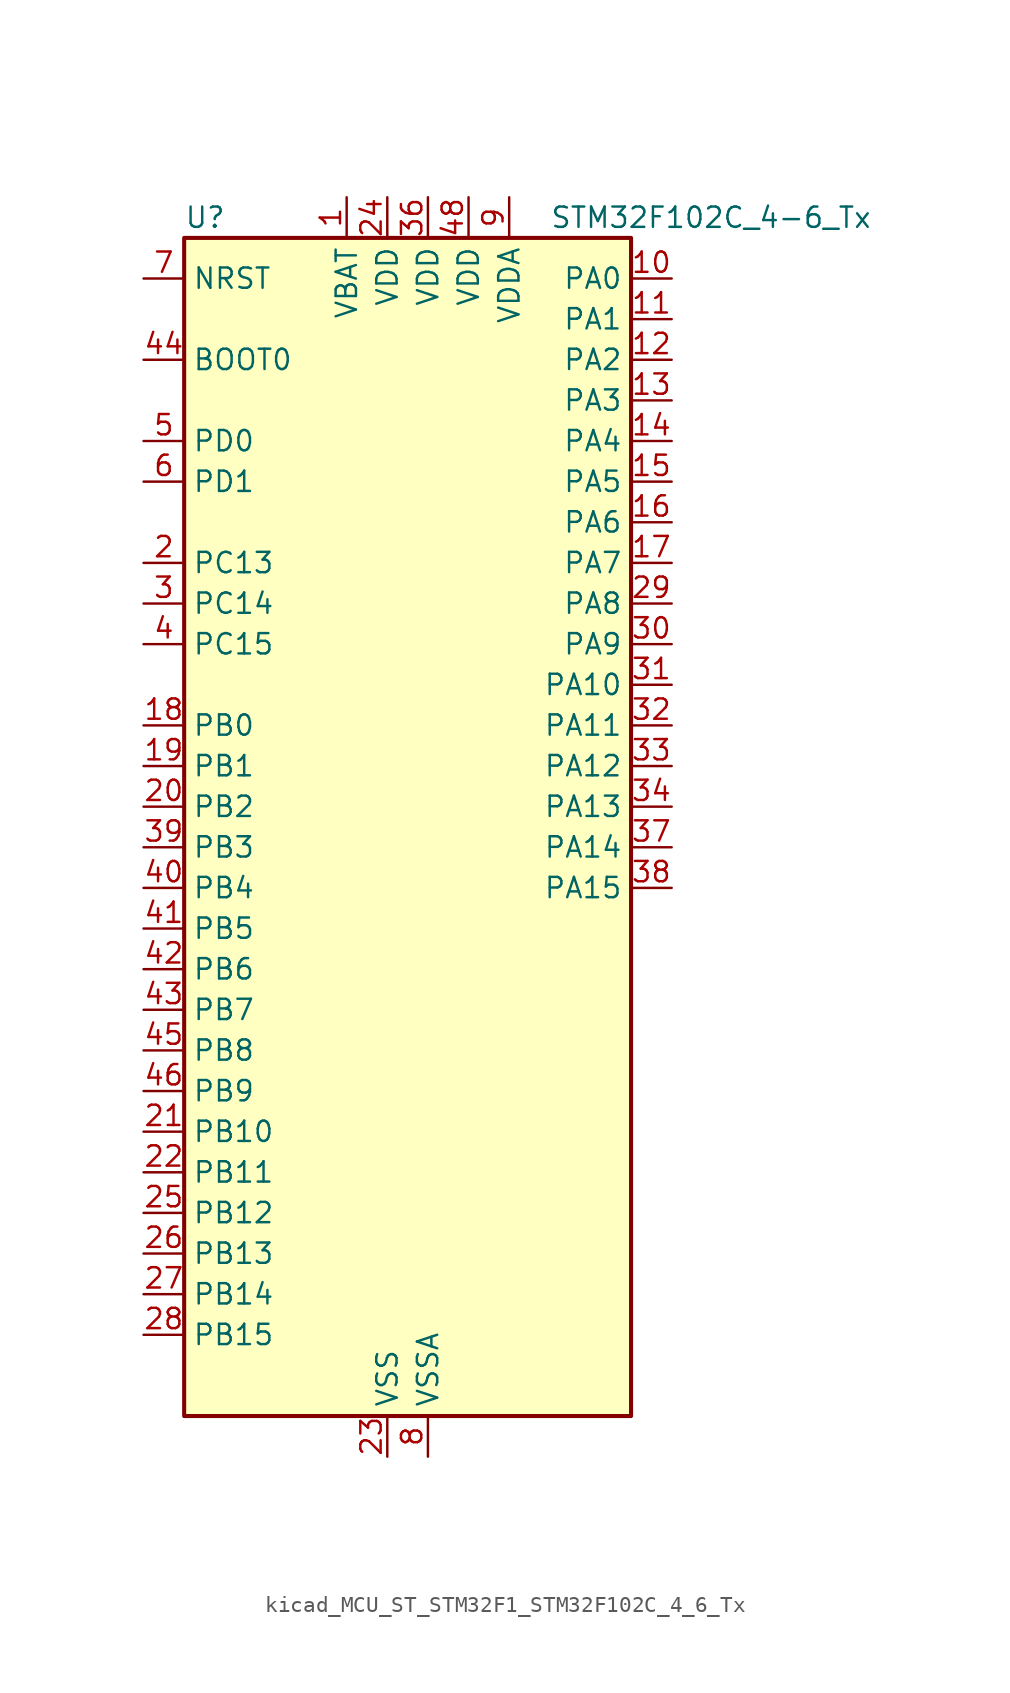
<source format=kicad_sym>
(kicad_symbol_lib
  (version 20220914)
  (generator kicad_symbol_editor)
  (symbol "kicad_MCU_ST_STM32F1_STM32F102C_4_6_Tx"
    (property "Reference" "U"
      (at -12.7 39.37 0)
      (effects (font (size 1.27 1.27)) (justify left)))
    (property "Value" "STM32F102C_4-6_Tx"
      (at 10.16 39.37 0)
      (effects (font (size 1.27 1.27)) (justify left)))
    (property "ki_locked" ""
      (at 0 0 0)
      (effects (font (size 1.27 1.27))))
    (symbol "kicad_MCU_ST_STM32F1_STM32F102C_4_6_Tx_0_1"
      (rectangle (start -12.7 -35.56) (end 15.24 38.1) (stroke (width 0.254) (type default)) (fill (type background))))
    (symbol "kicad_MCU_ST_STM32F1_STM32F102C_4_6_Tx_1_1"
      (pin power_in line (at -2.54 40.64 270) (length 2.54) (name "VBAT" (effects (font (size 1.27 1.27)))) (number "1" (effects (font (size 1.27 1.27)))))
      (pin bidirectional line (at 17.78 35.56 180) (length 2.54) (name "PA0" (effects (font (size 1.27 1.27)))) (number "10" (effects (font (size 1.27 1.27)))) (alternate "ADC1_IN0" bidirectional line) (alternate "SYS_WKUP" bidirectional line) (alternate "TIM2_CH1" bidirectional line) (alternate "TIM2_ETR" bidirectional line) (alternate "USART2_CTS" bidirectional line))
      (pin bidirectional line (at 17.78 33.02 180) (length 2.54) (name "PA1" (effects (font (size 1.27 1.27)))) (number "11" (effects (font (size 1.27 1.27)))) (alternate "ADC1_IN1" bidirectional line) (alternate "TIM2_CH2" bidirectional line) (alternate "USART2_RTS" bidirectional line))
      (pin bidirectional line (at 17.78 30.48 180) (length 2.54) (name "PA2" (effects (font (size 1.27 1.27)))) (number "12" (effects (font (size 1.27 1.27)))) (alternate "ADC1_IN2" bidirectional line) (alternate "TIM2_CH3" bidirectional line) (alternate "USART2_TX" bidirectional line))
      (pin bidirectional line (at 17.78 27.94 180) (length 2.54) (name "PA3" (effects (font (size 1.27 1.27)))) (number "13" (effects (font (size 1.27 1.27)))) (alternate "ADC1_IN3" bidirectional line) (alternate "TIM2_CH4" bidirectional line) (alternate "USART2_RX" bidirectional line))
      (pin bidirectional line (at 17.78 25.4 180) (length 2.54) (name "PA4" (effects (font (size 1.27 1.27)))) (number "14" (effects (font (size 1.27 1.27)))) (alternate "ADC1_IN4" bidirectional line) (alternate "SPI1_NSS" bidirectional line) (alternate "USART2_CK" bidirectional line))
      (pin bidirectional line (at 17.78 22.86 180) (length 2.54) (name "PA5" (effects (font (size 1.27 1.27)))) (number "15" (effects (font (size 1.27 1.27)))) (alternate "ADC1_IN5" bidirectional line) (alternate "SPI1_SCK" bidirectional line))
      (pin bidirectional line (at 17.78 20.32 180) (length 2.54) (name "PA6" (effects (font (size 1.27 1.27)))) (number "16" (effects (font (size 1.27 1.27)))) (alternate "ADC1_IN6" bidirectional line) (alternate "SPI1_MISO" bidirectional line) (alternate "TIM3_CH1" bidirectional line))
      (pin bidirectional line (at 17.78 17.78 180) (length 2.54) (name "PA7" (effects (font (size 1.27 1.27)))) (number "17" (effects (font (size 1.27 1.27)))) (alternate "ADC1_IN7" bidirectional line) (alternate "SPI1_MOSI" bidirectional line) (alternate "TIM3_CH2" bidirectional line))
      (pin bidirectional line (at -15.24 7.62 0) (length 2.54) (name "PB0" (effects (font (size 1.27 1.27)))) (number "18" (effects (font (size 1.27 1.27)))) (alternate "ADC1_IN8" bidirectional line) (alternate "TIM3_CH3" bidirectional line))
      (pin bidirectional line (at -15.24 5.08 0) (length 2.54) (name "PB1" (effects (font (size 1.27 1.27)))) (number "19" (effects (font (size 1.27 1.27)))) (alternate "ADC1_IN9" bidirectional line) (alternate "TIM3_CH4" bidirectional line))
      (pin bidirectional line (at -15.24 17.78 0) (length 2.54) (name "PC13" (effects (font (size 1.27 1.27)))) (number "2" (effects (font (size 1.27 1.27)))) (alternate "RTC_OUT" bidirectional line) (alternate "RTC_TAMPER" bidirectional line))
      (pin bidirectional line (at -15.24 2.54 0) (length 2.54) (name "PB2" (effects (font (size 1.27 1.27)))) (number "20" (effects (font (size 1.27 1.27)))))
      (pin bidirectional line (at -15.24 -17.78 0) (length 2.54) (name "PB10" (effects (font (size 1.27 1.27)))) (number "21" (effects (font (size 1.27 1.27)))) (alternate "TIM2_CH3" bidirectional line))
      (pin bidirectional line (at -15.24 -20.32 0) (length 2.54) (name "PB11" (effects (font (size 1.27 1.27)))) (number "22" (effects (font (size 1.27 1.27)))) (alternate "ADC1_EXTI11" bidirectional line) (alternate "TIM2_CH4" bidirectional line))
      (pin power_in line (at 0 -38.1 90) (length 2.54) (name "VSS" (effects (font (size 1.27 1.27)))) (number "23" (effects (font (size 1.27 1.27)))))
      (pin power_in line (at 0 40.64 270) (length 2.54) (name "VDD" (effects (font (size 1.27 1.27)))) (number "24" (effects (font (size 1.27 1.27)))))
      (pin bidirectional line (at -15.24 -22.86 0) (length 2.54) (name "PB12" (effects (font (size 1.27 1.27)))) (number "25" (effects (font (size 1.27 1.27)))))
      (pin bidirectional line (at -15.24 -25.4 0) (length 2.54) (name "PB13" (effects (font (size 1.27 1.27)))) (number "26" (effects (font (size 1.27 1.27)))))
      (pin bidirectional line (at -15.24 -27.94 0) (length 2.54) (name "PB14" (effects (font (size 1.27 1.27)))) (number "27" (effects (font (size 1.27 1.27)))))
      (pin bidirectional line (at -15.24 -30.48 0) (length 2.54) (name "PB15" (effects (font (size 1.27 1.27)))) (number "28" (effects (font (size 1.27 1.27)))) (alternate "ADC1_EXTI15" bidirectional line))
      (pin bidirectional line (at 17.78 15.24 180) (length 2.54) (name "PA8" (effects (font (size 1.27 1.27)))) (number "29" (effects (font (size 1.27 1.27)))) (alternate "RCC_MCO" bidirectional line) (alternate "USART1_CK" bidirectional line))
      (pin bidirectional line (at -15.24 15.24 0) (length 2.54) (name "PC14" (effects (font (size 1.27 1.27)))) (number "3" (effects (font (size 1.27 1.27)))) (alternate "RCC_OSC32_IN" bidirectional line))
      (pin bidirectional line (at 17.78 12.7 180) (length 2.54) (name "PA9" (effects (font (size 1.27 1.27)))) (number "30" (effects (font (size 1.27 1.27)))) (alternate "USART1_TX" bidirectional line))
      (pin bidirectional line (at 17.78 10.16 180) (length 2.54) (name "PA10" (effects (font (size 1.27 1.27)))) (number "31" (effects (font (size 1.27 1.27)))) (alternate "USART1_RX" bidirectional line))
      (pin bidirectional line (at 17.78 7.62 180) (length 2.54) (name "PA11" (effects (font (size 1.27 1.27)))) (number "32" (effects (font (size 1.27 1.27)))) (alternate "ADC1_EXTI11" bidirectional line) (alternate "USART1_CTS" bidirectional line) (alternate "USB_DM" bidirectional line))
      (pin bidirectional line (at 17.78 5.08 180) (length 2.54) (name "PA12" (effects (font (size 1.27 1.27)))) (number "33" (effects (font (size 1.27 1.27)))) (alternate "USART1_RTS" bidirectional line) (alternate "USB_DP" bidirectional line))
      (pin bidirectional line (at 17.78 2.54 180) (length 2.54) (name "PA13" (effects (font (size 1.27 1.27)))) (number "34" (effects (font (size 1.27 1.27)))) (alternate "SYS_JTMS-SWDIO" bidirectional line))
      (pin passive line (at 0 -38.1 90) (length 2.54) hide (name "VSS" (effects (font (size 1.27 1.27)))) (number "35" (effects (font (size 1.27 1.27)))))
      (pin power_in line (at 2.54 40.64 270) (length 2.54) (name "VDD" (effects (font (size 1.27 1.27)))) (number "36" (effects (font (size 1.27 1.27)))))
      (pin bidirectional line (at 17.78 0 180) (length 2.54) (name "PA14" (effects (font (size 1.27 1.27)))) (number "37" (effects (font (size 1.27 1.27)))) (alternate "SYS_JTCK-SWCLK" bidirectional line))
      (pin bidirectional line (at 17.78 -2.54 180) (length 2.54) (name "PA15" (effects (font (size 1.27 1.27)))) (number "38" (effects (font (size 1.27 1.27)))) (alternate "ADC1_EXTI15" bidirectional line) (alternate "SPI1_NSS" bidirectional line) (alternate "SYS_JTDI" bidirectional line) (alternate "TIM2_CH1" bidirectional line) (alternate "TIM2_ETR" bidirectional line))
      (pin bidirectional line (at -15.24 0 0) (length 2.54) (name "PB3" (effects (font (size 1.27 1.27)))) (number "39" (effects (font (size 1.27 1.27)))) (alternate "SPI1_SCK" bidirectional line) (alternate "SYS_JTDO-TRACESWO" bidirectional line) (alternate "TIM2_CH2" bidirectional line))
      (pin bidirectional line (at -15.24 12.7 0) (length 2.54) (name "PC15" (effects (font (size 1.27 1.27)))) (number "4" (effects (font (size 1.27 1.27)))) (alternate "ADC1_EXTI15" bidirectional line) (alternate "RCC_OSC32_OUT" bidirectional line))
      (pin bidirectional line (at -15.24 -2.54 0) (length 2.54) (name "PB4" (effects (font (size 1.27 1.27)))) (number "40" (effects (font (size 1.27 1.27)))) (alternate "SPI1_MISO" bidirectional line) (alternate "SYS_NJTRST" bidirectional line) (alternate "TIM3_CH1" bidirectional line))
      (pin bidirectional line (at -15.24 -5.08 0) (length 2.54) (name "PB5" (effects (font (size 1.27 1.27)))) (number "41" (effects (font (size 1.27 1.27)))) (alternate "I2C1_SMBA" bidirectional line) (alternate "SPI1_MOSI" bidirectional line) (alternate "TIM3_CH2" bidirectional line))
      (pin bidirectional line (at -15.24 -7.62 0) (length 2.54) (name "PB6" (effects (font (size 1.27 1.27)))) (number "42" (effects (font (size 1.27 1.27)))) (alternate "I2C1_SCL" bidirectional line) (alternate "USART1_TX" bidirectional line))
      (pin bidirectional line (at -15.24 -10.16 0) (length 2.54) (name "PB7" (effects (font (size 1.27 1.27)))) (number "43" (effects (font (size 1.27 1.27)))) (alternate "I2C1_SDA" bidirectional line) (alternate "USART1_RX" bidirectional line))
      (pin input line (at -15.24 30.48 0) (length 2.54) (name "BOOT0" (effects (font (size 1.27 1.27)))) (number "44" (effects (font (size 1.27 1.27)))))
      (pin bidirectional line (at -15.24 -12.7 0) (length 2.54) (name "PB8" (effects (font (size 1.27 1.27)))) (number "45" (effects (font (size 1.27 1.27)))) (alternate "I2C1_SCL" bidirectional line))
      (pin bidirectional line (at -15.24 -15.24 0) (length 2.54) (name "PB9" (effects (font (size 1.27 1.27)))) (number "46" (effects (font (size 1.27 1.27)))) (alternate "I2C1_SDA" bidirectional line))
      (pin passive line (at 0 -38.1 90) (length 2.54) hide (name "VSS" (effects (font (size 1.27 1.27)))) (number "47" (effects (font (size 1.27 1.27)))))
      (pin power_in line (at 5.08 40.64 270) (length 2.54) (name "VDD" (effects (font (size 1.27 1.27)))) (number "48" (effects (font (size 1.27 1.27)))))
      (pin bidirectional line (at -15.24 25.4 0) (length 2.54) (name "PD0" (effects (font (size 1.27 1.27)))) (number "5" (effects (font (size 1.27 1.27)))) (alternate "RCC_OSC_IN" bidirectional line))
      (pin bidirectional line (at -15.24 22.86 0) (length 2.54) (name "PD1" (effects (font (size 1.27 1.27)))) (number "6" (effects (font (size 1.27 1.27)))) (alternate "RCC_OSC_OUT" bidirectional line))
      (pin input line (at -15.24 35.56 0) (length 2.54) (name "NRST" (effects (font (size 1.27 1.27)))) (number "7" (effects (font (size 1.27 1.27)))))
      (pin power_in line (at 2.54 -38.1 90) (length 2.54) (name "VSSA" (effects (font (size 1.27 1.27)))) (number "8" (effects (font (size 1.27 1.27)))))
      (pin power_in line (at 7.62 40.64 270) (length 2.54) (name "VDDA" (effects (font (size 1.27 1.27)))) (number "9" (effects (font (size 1.27 1.27))))))))
</source>
